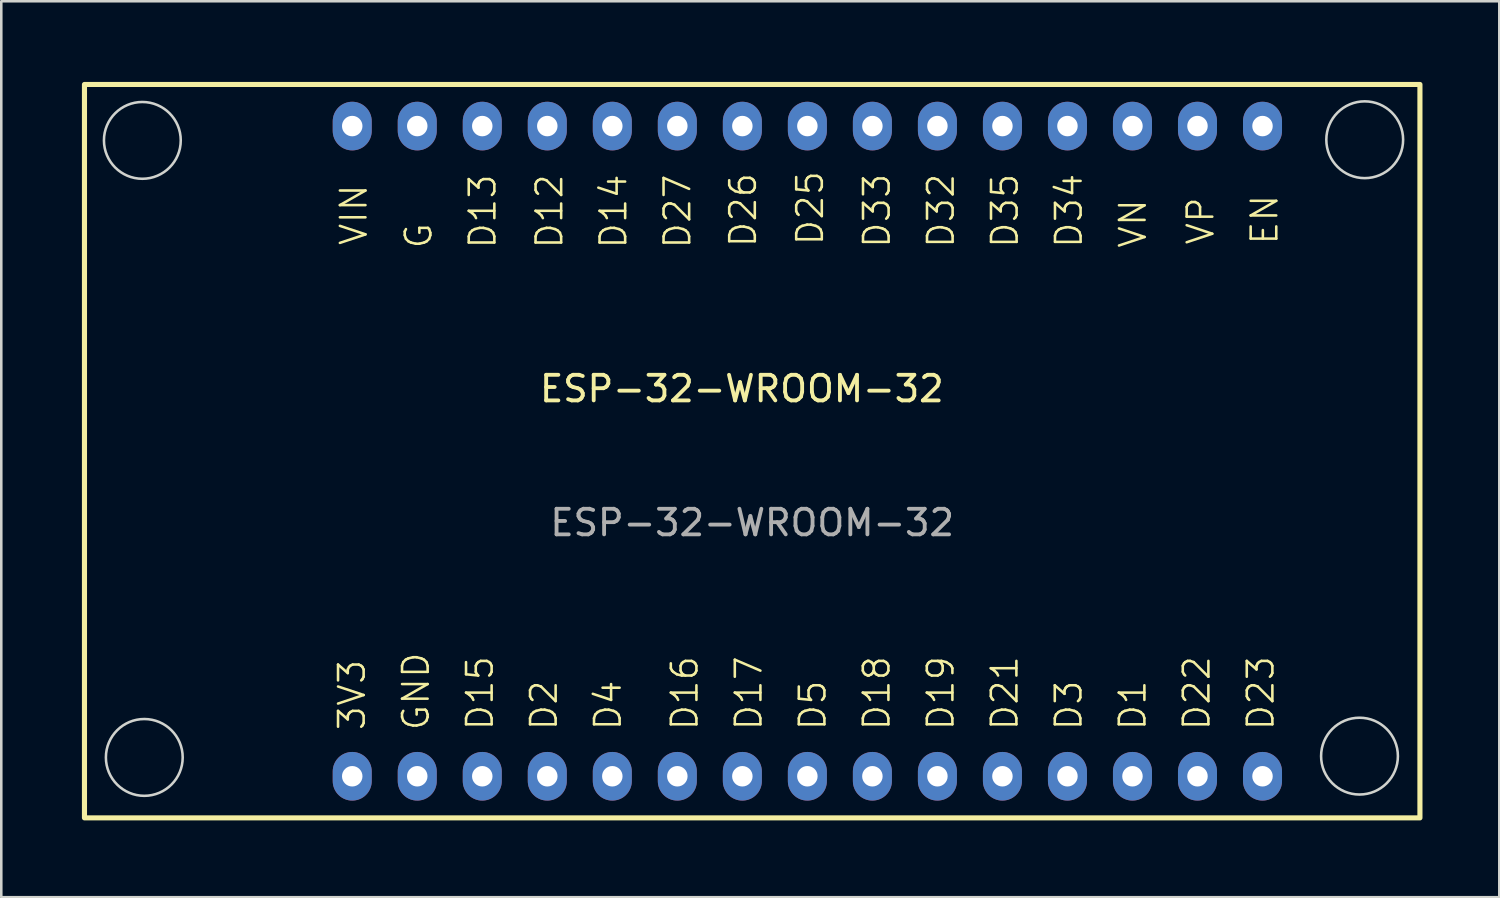
<source format=kicad_pcb>
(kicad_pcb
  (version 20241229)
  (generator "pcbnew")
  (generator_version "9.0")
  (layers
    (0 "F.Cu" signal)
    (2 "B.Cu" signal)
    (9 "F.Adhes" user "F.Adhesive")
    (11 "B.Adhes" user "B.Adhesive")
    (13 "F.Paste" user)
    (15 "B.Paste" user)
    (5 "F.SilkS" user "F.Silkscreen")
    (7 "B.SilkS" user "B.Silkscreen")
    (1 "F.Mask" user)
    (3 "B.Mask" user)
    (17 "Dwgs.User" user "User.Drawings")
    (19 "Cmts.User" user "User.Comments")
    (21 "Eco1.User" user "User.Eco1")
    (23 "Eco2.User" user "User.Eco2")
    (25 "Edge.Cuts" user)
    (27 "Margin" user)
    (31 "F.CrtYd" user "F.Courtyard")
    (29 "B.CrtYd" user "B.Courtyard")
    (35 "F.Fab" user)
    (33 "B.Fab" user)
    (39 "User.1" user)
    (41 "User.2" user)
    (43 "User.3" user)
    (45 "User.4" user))
  (footprint "ESP-32-WROOM-32"
    (layer "F.Cu")
    (at 0.25 0.25)
    (property "Reference" "ESP-32-WROOM-32" (at 25.679 11.887 0) (unlocked yes) (layer "F.SilkS") (effects (font (size 1 1) (thickness 0.15))))
    (fp_rect (start 0 0) (end 52.17 28.65) (stroke (width 0.2) (type solid)) (fill no) (layer "F.SilkS"))
    (fp_circle (center 2.261 2.184) (end 3.761 2.184) (stroke (width 0.1) (type default)) (fill no) (layer "Edge.Cuts"))
    (fp_circle (center 2.337 26.289) (end 3.837 26.289) (stroke (width 0.1) (type default)) (fill no) (layer "Edge.Cuts"))
    (fp_circle (center 49.809 26.238) (end 51.309 26.238) (stroke (width 0.1) (type default)) (fill no) (layer "Edge.Cuts"))
    (fp_circle (center 50.013 2.159) (end 51.513 2.159) (stroke (width 0.1) (type default)) (fill no) (layer "Edge.Cuts"))
    (fp_text user "D17" (at 26.533 25.298 90) (unlocked yes) (layer "F.SilkS") (effects (font (size 1 1) (thickness 0.1)) (justify left bottom)))
    (fp_text user "D22" (at 44.033 25.298 90) (unlocked yes) (layer "F.SilkS") (effects (font (size 1 1) (thickness 0.1)) (justify left bottom)))
    (fp_text user "D33" (at 31.541 6.452 90) (unlocked yes) (layer "F.SilkS") (effects (font (size 1 1) (thickness 0.1)) (justify left bottom)))
    (fp_text user "D26" (at 26.314 6.426 90) (unlocked yes) (layer "F.SilkS") (effects (font (size 1 1) (thickness 0.1)) (justify left bottom)))
    (fp_text user "D5" (at 29.033 25.298 90) (unlocked yes) (layer "F.SilkS") (effects (font (size 1 1) (thickness 0.1)) (justify left bottom)))
    (fp_text user "D3" (at 39.033 25.298 90) (unlocked yes) (layer "F.SilkS") (effects (font (size 1 1) (thickness 0.1)) (justify left bottom)))
    (fp_text user "D19" (at 34.033 25.298 90) (unlocked yes) (layer "F.SilkS") (effects (font (size 1 1) (thickness 0.1)) (justify left bottom)))
    (fp_text user "G" (at 13.639 6.477 90) (unlocked yes) (layer "F.SilkS") (effects (font (size 1 1) (thickness 0.1)) (justify left bottom)))
    (fp_text user "D4" (at 21.033 25.298 90) (unlocked yes) (layer "F.SilkS") (effects (font (size 1 1) (thickness 0.1)) (justify left bottom)))
    (fp_text user "D25" (at 28.931 6.35 90) (unlocked yes) (layer "F.SilkS") (effects (font (size 1 1) (thickness 0.1)) (justify left bottom)))
    (fp_text user "GND" (at 13.533 25.298 90) (unlocked yes) (layer "F.SilkS") (effects (font (size 1 1) (thickness 0.1)) (justify left bottom)))
    (fp_text user "VP" (at 44.185 6.325 90) (unlocked yes) (layer "F.SilkS") (effects (font (size 1 1) (thickness 0.1)) (justify left bottom)))
    (fp_text user "D32" (at 34.041 6.452 90) (unlocked yes) (layer "F.SilkS") (effects (font (size 1 1) (thickness 0.1)) (justify left bottom)))
    (fp_text user "D14" (at 21.249 6.477 90) (unlocked yes) (layer "F.SilkS") (effects (font (size 1 1) (thickness 0.1)) (justify left bottom)))
    (fp_text user "3V3" (at 11.033 25.298 90) (unlocked yes) (layer "F.SilkS") (effects (font (size 1 1) (thickness 0.1)) (justify left bottom)))
    (fp_text user "D2" (at 18.533 25.298 90) (unlocked yes) (layer "F.SilkS") (effects (font (size 1 1) (thickness 0.1)) (justify left bottom)))
    (fp_text user "VN" (at 41.541 6.452 90) (unlocked yes) (layer "F.SilkS") (effects (font (size 1 1) (thickness 0.1)) (justify left bottom)))
    (fp_text user "D18" (at 31.533 25.298 90) (unlocked yes) (layer "F.SilkS") (effects (font (size 1 1) (thickness 0.1)) (justify left bottom)))
    (fp_text user "D34" (at 39.041 6.452 90) (unlocked yes) (layer "F.SilkS") (effects (font (size 1 1) (thickness 0.1)) (justify left bottom)))
    (fp_text user "VIN" (at 11.105 6.35 90) (unlocked yes) (layer "F.SilkS") (effects (font (size 1 1) (thickness 0.1)) (justify left bottom)))
    (fp_text user "D16" (at 24.033 25.298 90) (unlocked yes) (layer "F.SilkS") (effects (font (size 1 1) (thickness 0.1)) (justify left bottom)))
    (fp_text user "D21" (at 36.533 25.298 90) (unlocked yes) (layer "F.SilkS") (effects (font (size 1 1) (thickness 0.1)) (justify left bottom)))
    (fp_text user "D15" (at 16.033 25.298 90) (unlocked yes) (layer "F.SilkS") (effects (font (size 1 1) (thickness 0.1)) (justify left bottom)))
    (fp_text user "D23" (at 46.533 25.298 90) (unlocked yes) (layer "F.SilkS") (effects (font (size 1 1) (thickness 0.1)) (justify left bottom)))
    (fp_text user "D13" (at 16.139 6.477 90) (unlocked yes) (layer "F.SilkS") (effects (font (size 1 1) (thickness 0.1)) (justify left bottom)))
    (fp_text user "D27" (at 23.749 6.477 90) (unlocked yes) (layer "F.SilkS") (effects (font (size 1 1) (thickness 0.1)) (justify left bottom)))
    (fp_text user "EN" (at 46.685 6.325 90) (unlocked yes) (layer "F.SilkS") (effects (font (size 1 1) (thickness 0.1)) (justify left bottom)))
    (fp_text user "D1" (at 41.533 25.298 90) (unlocked yes) (layer "F.SilkS") (effects (font (size 1 1) (thickness 0.1)) (justify left bottom)))
    (fp_text user "D12" (at 18.749 6.477 90) (unlocked yes) (layer "F.SilkS") (effects (font (size 1 1) (thickness 0.1)) (justify left bottom)))
    (fp_text user "D35" (at 36.541 6.452 90) (unlocked yes) (layer "F.SilkS") (effects (font (size 1 1) (thickness 0.1)) (justify left bottom)))
    (fp_text user "ESP-32-WROOM-32" (at 26.085 17.12 0) (unlocked yes) (layer "F.Fab") (effects (font (size 1 1) (thickness 0.15))))
    (pad "1" thru_hole oval (at 10.46 1.625) (size 1.524 1.9) (drill 0.8) (layers "*.Cu" "*.Mask"))
    (pad "2" thru_hole oval (at 13 1.625) (size 1.524 1.9) (drill 0.8) (layers "*.Cu" "*.Mask"))
    (pad "3" thru_hole oval (at 15.54 1.625) (size 1.524 1.9) (drill 0.8) (layers "*.Cu" "*.Mask"))
    (pad "4" thru_hole oval (at 18.08 1.625) (size 1.524 1.9) (drill 0.8) (layers "*.Cu" "*.Mask"))
    (pad "5" thru_hole oval (at 20.62 1.625) (size 1.524 1.9) (drill 0.8) (layers "*.Cu" "*.Mask"))
    (pad "6" thru_hole oval (at 23.16 1.625) (size 1.524 1.9) (drill 0.8) (layers "*.Cu" "*.Mask"))
    (pad "7" thru_hole oval (at 25.7 1.625) (size 1.524 1.9) (drill 0.8) (layers "*.Cu" "*.Mask"))
    (pad "8" thru_hole oval (at 28.24 1.625) (size 1.524 1.9) (drill 0.8) (layers "*.Cu" "*.Mask"))
    (pad "9" thru_hole oval (at 30.78 1.625) (size 1.524 1.9) (drill 0.8) (layers "*.Cu" "*.Mask"))
    (pad "10" thru_hole oval (at 33.32 1.625) (size 1.524 1.9) (drill 0.8) (layers "*.Cu" "*.Mask"))
    (pad "11" thru_hole oval (at 35.86 1.625) (size 1.524 1.9) (drill 0.8) (layers "*.Cu" "*.Mask"))
    (pad "12" thru_hole oval (at 38.4 1.625) (size 1.524 1.9) (drill 0.8) (layers "*.Cu" "*.Mask"))
    (pad "13" thru_hole oval (at 40.94 1.625) (size 1.524 1.9) (drill 0.8) (layers "*.Cu" "*.Mask"))
    (pad "14" thru_hole oval (at 43.48 1.625) (size 1.524 1.9) (drill 0.8) (layers "*.Cu" "*.Mask"))
    (pad "15" thru_hole oval (at 46.02 1.625) (size 1.524 1.9) (drill 0.8) (layers "*.Cu" "*.Mask"))
    (pad "16" thru_hole oval (at 46.02 27.025) (size 1.524 1.9) (drill 0.8) (layers "*.Cu" "*.Mask"))
    (pad "17" thru_hole oval (at 43.48 27.025) (size 1.524 1.9) (drill 0.8) (layers "*.Cu" "*.Mask"))
    (pad "18" thru_hole oval (at 40.94 27.025) (size 1.524 1.9) (drill 0.8) (layers "*.Cu" "*.Mask"))
    (pad "19" thru_hole oval (at 38.4 27.025) (size 1.524 1.9) (drill 0.8) (layers "*.Cu" "*.Mask"))
    (pad "20" thru_hole oval (at 35.86 27.025) (size 1.524 1.9) (drill 0.8) (layers "*.Cu" "*.Mask"))
    (pad "21" thru_hole oval (at 33.32 27.025) (size 1.524 1.9) (drill 0.8) (layers "*.Cu" "*.Mask"))
    (pad "22" thru_hole oval (at 30.78 27.025) (size 1.524 1.9) (drill 0.8) (layers "*.Cu" "*.Mask"))
    (pad "23" thru_hole oval (at 28.24 27.025) (size 1.524 1.9) (drill 0.8) (layers "*.Cu" "*.Mask"))
    (pad "24" thru_hole oval (at 25.7 27.025) (size 1.524 1.9) (drill 0.8) (layers "*.Cu" "*.Mask"))
    (pad "25" thru_hole oval (at 23.16 27.025) (size 1.524 1.9) (drill 0.8) (layers "*.Cu" "*.Mask"))
    (pad "26" thru_hole oval (at 20.62 27.025) (size 1.524 1.9) (drill 0.8) (layers "*.Cu" "*.Mask"))
    (pad "27" thru_hole oval (at 18.08 27.025) (size 1.524 1.9) (drill 0.8) (layers "*.Cu" "*.Mask"))
    (pad "28" thru_hole oval (at 15.54 27.025) (size 1.524 1.9) (drill 0.8) (layers "*.Cu" "*.Mask"))
    (pad "29" thru_hole oval (at 13 27.025) (size 1.524 1.9) (drill 0.8) (layers "*.Cu" "*.Mask"))
    (pad "30" thru_hole oval (at 10.46 27.025) (size 1.524 1.9) (drill 0.8) (layers "*.Cu" "*.Mask")))
  (gr_rect
    (start -3 -3)
    (end 55.52 32)
    (stroke (width 0.1) (type default))
    (fill no)
    (layer "Edge.Cuts")))
</source>
